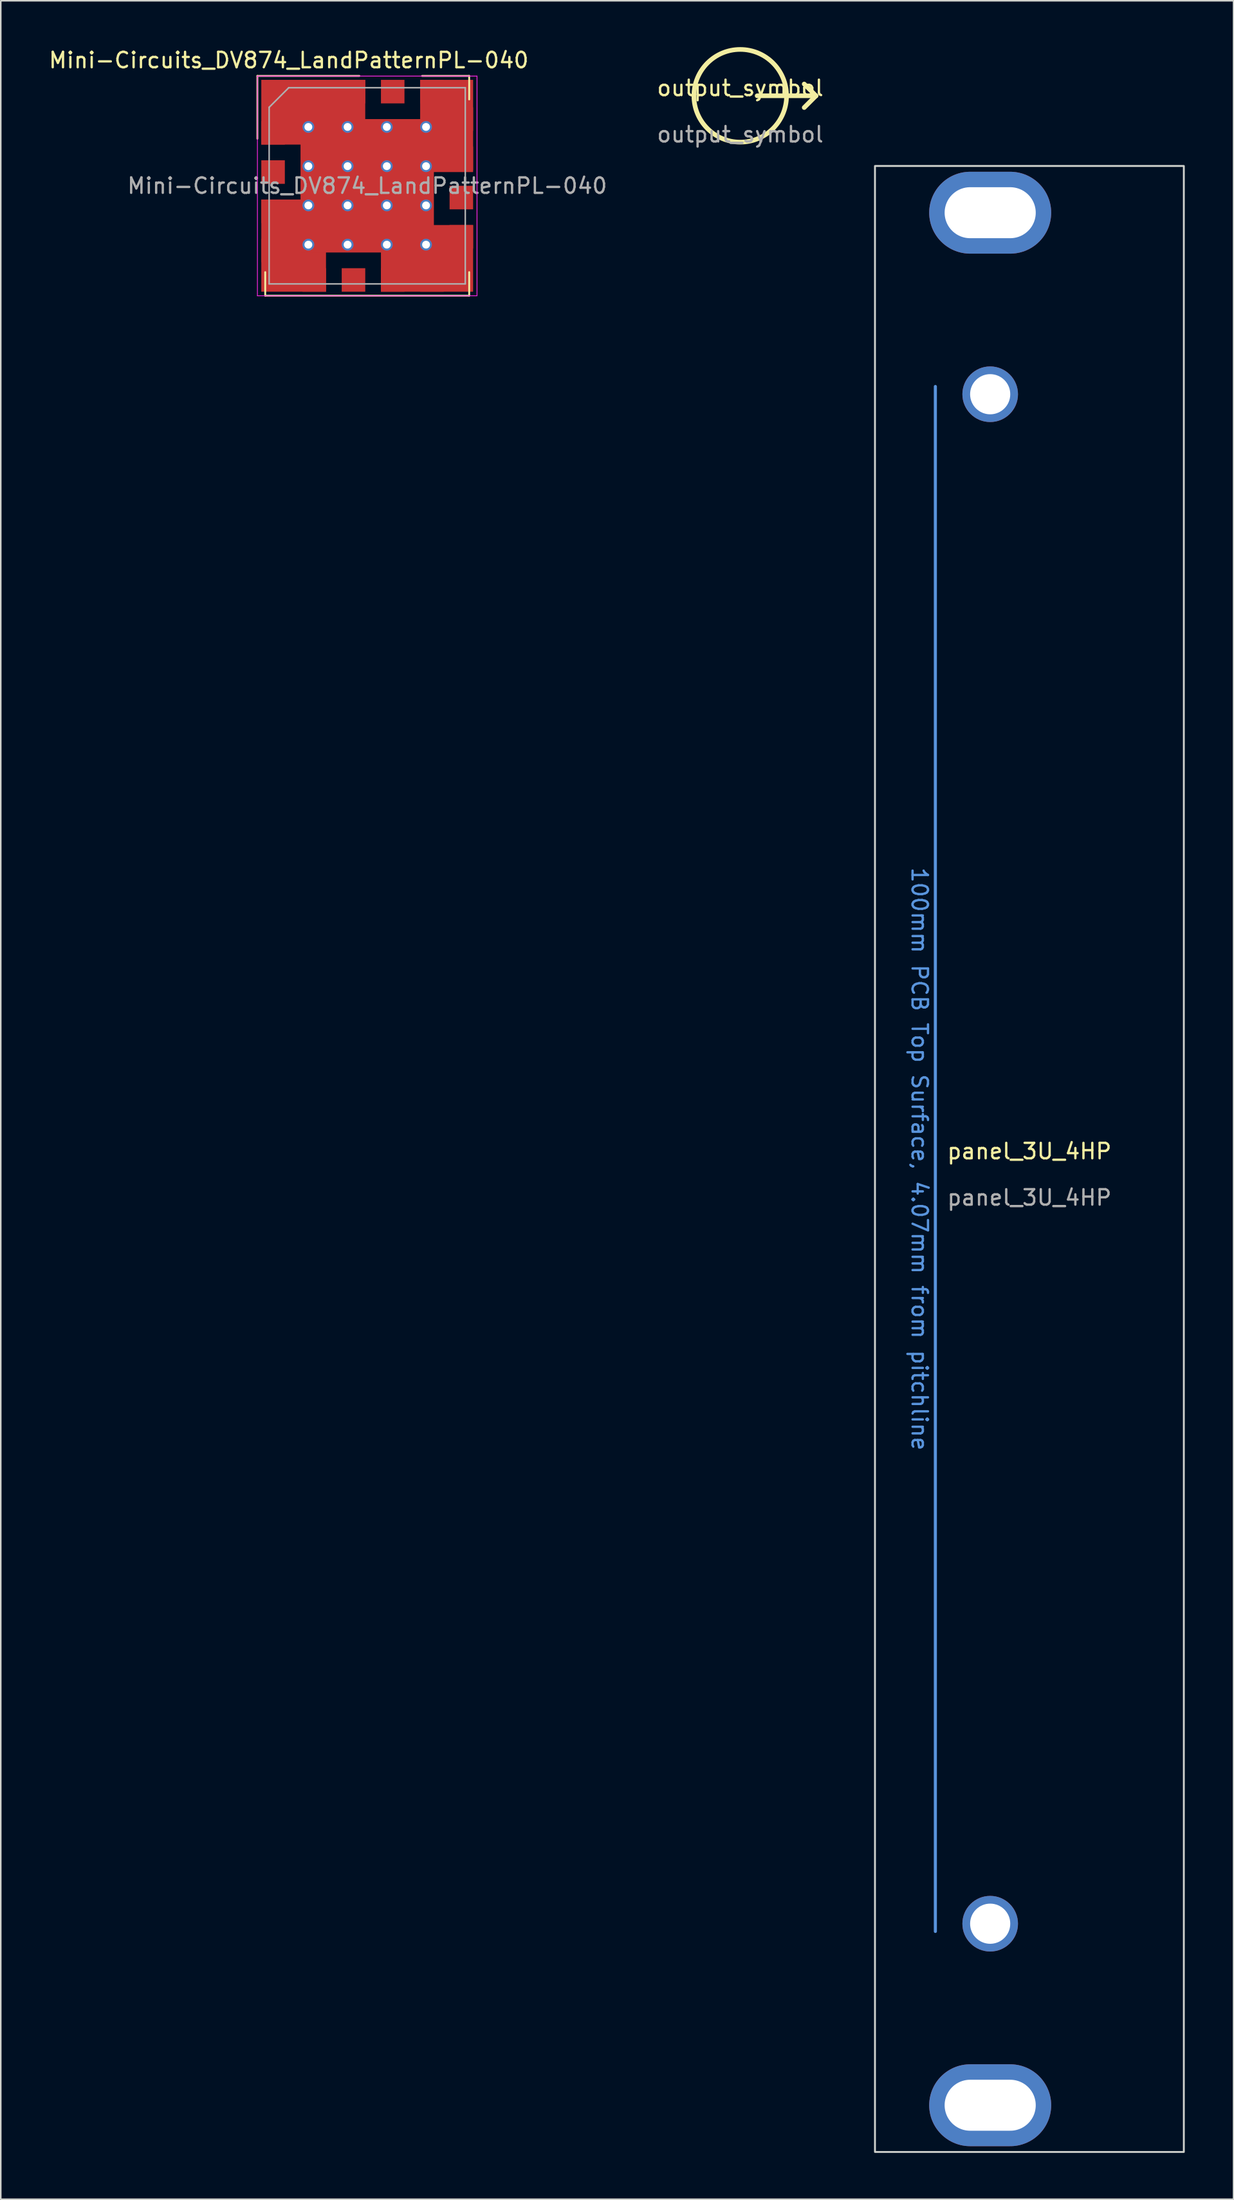
<source format=kicad_pcb>
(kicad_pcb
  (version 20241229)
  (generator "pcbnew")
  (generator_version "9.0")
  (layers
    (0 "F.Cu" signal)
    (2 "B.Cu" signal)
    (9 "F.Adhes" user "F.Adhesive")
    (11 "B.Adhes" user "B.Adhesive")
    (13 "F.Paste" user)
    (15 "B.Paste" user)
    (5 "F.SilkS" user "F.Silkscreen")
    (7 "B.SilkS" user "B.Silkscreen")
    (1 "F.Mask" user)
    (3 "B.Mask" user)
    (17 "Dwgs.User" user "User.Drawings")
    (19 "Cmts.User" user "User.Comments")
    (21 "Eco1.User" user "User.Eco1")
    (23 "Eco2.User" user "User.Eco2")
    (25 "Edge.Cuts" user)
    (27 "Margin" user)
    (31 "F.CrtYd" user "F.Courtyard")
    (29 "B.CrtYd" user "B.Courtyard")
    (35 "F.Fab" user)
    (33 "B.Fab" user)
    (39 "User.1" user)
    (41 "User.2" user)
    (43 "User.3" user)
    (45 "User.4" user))
  (footprint "output_symbol"
    (layer "F.Cu")
    (at 44.884 3.15)
    (property "Reference" "output_symbol" (at 0 -0.5 0) (unlocked yes) (layer "F.SilkS") (effects (font (size 1 1) (thickness 0.15))))
    (attr smd)
    (fp_line (start 1.095 0) (end 4.905 0) (stroke (width 0.3) (type solid)) (layer "F.SilkS"))
    (fp_line (start 4.905 0) (end 4.143 -0.762) (stroke (width 0.3) (type solid)) (layer "F.SilkS"))
    (fp_line (start 4.905 0) (end 4.143 0.762) (stroke (width 0.3) (type solid)) (layer "F.SilkS"))
    (fp_circle (center 0 0) (end 3 0) (stroke (width 0.3) (type solid)) (fill no) (layer "F.SilkS"))
    (fp_text user "${REFERENCE}" (at 0 2.5 0) (unlocked yes) (layer "F.Fab") (effects (font (size 1 1) (thickness 0.15)))))
  (footprint "panel_3U_4HP"
    (layer "F.Cu")
    (at 63.61 71.968)
    (property "Reference" "panel_3U_4HP" (at 0 -0.5 0) (unlocked yes) (layer "F.SilkS") (effects (font (size 1 1) (thickness 0.15))))
    (attr through_hole)
    (fp_line (start -6.09 -50) (end -6.09 50) (stroke (width 0.2) (type solid)) (layer "Cmts.User"))
    (fp_rect (start -10 -64.275) (end 10 64.275) (stroke (width 0.12) (type solid)) (fill no) (layer "Edge.Cuts"))
    (fp_line (start -10.16 -66.04) (end -10.16 -60.96) (stroke (width 0.12) (type solid)) (layer "User.2"))
    (fp_line (start -5.08 -66.04) (end -5.08 -60.96) (stroke (width 0.12) (type solid)) (layer "User.2"))
    (fp_line (start 0 -66.04) (end 0 -60.96) (stroke (width 0.12) (type solid)) (layer "User.2"))
    (fp_line (start 5.08 -66.04) (end 5.08 -60.96) (stroke (width 0.12) (type solid)) (layer "User.2"))
    (fp_line (start 10.16 -66.04) (end 10.16 -60.96) (stroke (width 0.12) (type solid)) (layer "User.2"))
    (fp_text user "100mm PCB Top Surface, 4.07mm from pitchline" (at -7.112 0 270) (unlocked yes) (layer "Cmts.User") (effects (font (size 1 1) (thickness 0.15))))
    (fp_text user "${REFERENCE}" (at 0 2.5 0) (unlocked yes) (layer "F.Fab") (effects (font (size 1 1) (thickness 0.15))))
    (fp_text user "5.08mm pitch lines" (at 0 -71.12 0) (unlocked yes) (layer "User.2") (effects (font (size 1 1) (thickness 0.15))))
    (pad "1" thru_hole oval (at -2.54 -61.25) (size 7.9 5.3) (drill oval 5.9 3.3) (layers "*.Cu" "*.Mask"))
    (pad "1" thru_hole circle (at -2.54 -49.5) (size 3.6 3.6) (drill 2.6) (layers "*.Cu" "*.Mask"))
    (pad "1" thru_hole circle (at -2.54 49.5) (size 3.6 3.6) (drill 2.6) (layers "*.Cu" "*.Mask"))
    (pad "1" thru_hole oval (at -2.54 61.25) (size 7.9 5.3) (drill oval 5.9 3.3) (layers "*.Cu" "*.Mask")))
  (footprint "Mini-Circuits_DV874_LandPatternPL-040"
    (layer "F.Cu")
    (at 20.729 8.976)
    (property "Reference" "Mini-Circuits_DV874_LandPatternPL-040" (at -5.08 -8.128 180) (layer "F.SilkS") (effects (font (size 1 1) (thickness 0.15))))
    (attr smd)
    (fp_line (start -7.112 -7.112) (end -0.508 -7.112) (stroke (width 0.12) (type solid)) (layer "F.SilkS"))
    (fp_line (start -7.112 -3.048) (end -7.112 -7.112) (stroke (width 0.12) (type solid)) (layer "F.SilkS"))
    (fp_line (start -6.604 5.588) (end -6.604 7.112) (stroke (width 0.12) (type solid)) (layer "F.SilkS"))
    (fp_line (start -6.604 7.112) (end 6.604 7.112) (stroke (width 0.12) (type solid)) (layer "F.SilkS"))
    (fp_line (start 3.556 -7.112) (end 6.604 -7.112) (stroke (width 0.12) (type solid)) (layer "F.SilkS"))
    (fp_line (start 6.604 -7.112) (end 6.604 -5.588) (stroke (width 0.12) (type solid)) (layer "F.SilkS"))
    (fp_line (start 6.604 7.112) (end 6.604 5.588) (stroke (width 0.12) (type solid)) (layer "F.SilkS"))
    (fp_line (start -7.11 -7.1) (end -7.11 7.12) (stroke (width 0.05) (type solid)) (layer "F.CrtYd"))
    (fp_line (start -7.11 -7.1) (end 7.11 -7.1) (stroke (width 0.05) (type solid)) (layer "F.CrtYd"))
    (fp_line (start 7.11 7.12) (end -7.11 7.12) (stroke (width 0.05) (type solid)) (layer "F.CrtYd"))
    (fp_line (start 7.11 7.12) (end 7.11 -7.1) (stroke (width 0.05) (type solid)) (layer "F.CrtYd"))
    (fp_line (start -6.35 -5.08) (end -6.35 6.35) (stroke (width 0.1) (type solid)) (layer "F.Fab"))
    (fp_line (start -6.35 -5.08) (end -5.08 -6.35) (stroke (width 0.1) (type solid)) (layer "F.Fab"))
    (fp_line (start -6.35 6.35) (end 6.35 6.35) (stroke (width 0.1) (type solid)) (layer "F.Fab"))
    (fp_line (start 6.35 -6.35) (end -5.08 -6.35) (stroke (width 0.1) (type solid)) (layer "F.Fab"))
    (fp_line (start 6.35 6.35) (end 6.35 -6.35) (stroke (width 0.1) (type solid)) (layer "F.Fab"))
    (fp_text user "${REFERENCE}" (at 0 0 0) (layer "F.Fab") (effects (font (size 1 1) (thickness 0.15))))
    (pad "1" smd rect (at -6.858 -6.858) (size 6.731 4.191) (drill (offset 3.365 2.095)) (layers "F.Cu"))
    (pad "1" smd rect (at -6.858 6.858 90) (size 5.969 4.191) (drill (offset 2.985 2.095)) (layers "F.Cu"))
    (pad "1" smd rect (at -6.096 -3.429 270) (size 1.524 1.524) (layers "F.Cu" "F.Mask" "F.Paste"))
    (pad "1" thru_hole circle (at -3.81 -3.81) (size 0.762 0.762) (drill 0.508) (layers "*.Cu" "*.Mask"))
    (pad "1" thru_hole circle (at -3.81 -1.27) (size 0.762 0.762) (drill 0.508) (layers "*.Cu" "*.Mask"))
    (pad "1" thru_hole circle (at -3.81 1.27) (size 0.762 0.762) (drill 0.508) (layers "*.Cu" "*.Mask"))
    (pad "1" thru_hole circle (at -3.81 3.81) (size 0.762 0.762) (drill 0.508) (layers "*.Cu" "*.Mask"))
    (pad "1" thru_hole circle (at -1.27 -3.81) (size 0.762 0.762) (drill 0.508) (layers "*.Cu" "*.Mask"))
    (pad "1" thru_hole circle (at -1.27 -1.27) (size 0.762 0.762) (drill 0.508) (layers "*.Cu" "*.Mask"))
    (pad "1" thru_hole circle (at -1.27 1.27) (size 0.762 0.762) (drill 0.508) (layers "*.Cu" "*.Mask"))
    (pad "1" thru_hole circle (at -1.27 3.81) (size 0.762 0.762) (drill 0.508) (layers "*.Cu" "*.Mask"))
    (pad "1" smd rect (at 0 0 180) (size 8.636 8.636) (layers "F.Cu"))
    (pad "1" thru_hole circle (at 1.27 -3.81) (size 0.762 0.762) (drill 0.508) (layers "*.Cu" "*.Mask"))
    (pad "1" thru_hole circle (at 1.27 -1.27) (size 0.762 0.762) (drill 0.508) (layers "*.Cu" "*.Mask"))
    (pad "1" thru_hole circle (at 1.27 1.27) (size 0.762 0.762) (drill 0.508) (layers "*.Cu" "*.Mask"))
    (pad "1" thru_hole circle (at 1.27 3.81) (size 0.762 0.762) (drill 0.508) (layers "*.Cu" "*.Mask"))
    (pad "1" thru_hole circle (at 3.81 -3.81) (size 0.762 0.762) (drill 0.508) (layers "*.Cu" "*.Mask"))
    (pad "1" thru_hole circle (at 3.81 -1.27) (size 0.762 0.762) (drill 0.508) (layers "*.Cu" "*.Mask"))
    (pad "1" thru_hole circle (at 3.81 1.27) (size 0.762 0.762) (drill 0.508) (layers "*.Cu" "*.Mask"))
    (pad "1" thru_hole circle (at 3.81 3.81) (size 0.762 0.762) (drill 0.508) (layers "*.Cu" "*.Mask"))
    (pad "1" smd rect (at 6.858 -6.858 270) (size 5.969 3.429) (drill (offset 2.985 1.714)) (layers "F.Cu"))
    (pad "1" smd rect (at 6.858 6.858 180) (size 5.969 4.318) (drill (offset 2.985 2.159)) (layers "F.Cu"))
    (pad "2" smd rect (at -6.096 -0.889 270) (size 1.524 1.524) (layers "F.Cu" "F.Mask" "F.Paste"))
    (pad "3" smd rect (at -6.096 1.651 270) (size 1.524 1.524) (layers "F.Cu" "F.Mask" "F.Paste"))
    (pad "4" smd rect (at -6.096 4.191 270) (size 1.524 1.524) (layers "F.Cu" "F.Mask" "F.Paste"))
    (pad "5" smd rect (at -3.429 6.096 270) (size 1.524 1.524) (layers "F.Cu" "F.Mask" "F.Paste"))
    (pad "6" smd rect (at -0.889 6.096 270) (size 1.524 1.524) (layers "F.Cu" "F.Mask" "F.Paste"))
    (pad "7" smd rect (at 1.651 6.096 270) (size 1.524 1.524) (layers "F.Cu" "F.Mask" "F.Paste"))
    (pad "8" smd rect (at 4.191 6.096 270) (size 1.524 1.524) (layers "F.Cu" "F.Mask" "F.Paste"))
    (pad "9" smd rect (at 6.096 3.302 270) (size 1.524 1.524) (layers "F.Cu" "F.Mask" "F.Paste"))
    (pad "10" smd rect (at 6.096 0.762 270) (size 1.524 1.524) (layers "F.Cu" "F.Mask" "F.Paste"))
    (pad "11" smd rect (at 6.096 -1.778 270) (size 1.524 1.524) (layers "F.Cu" "F.Mask" "F.Paste"))
    (pad "12" smd rect (at 6.096 -4.318 270) (size 1.524 1.524) (layers "F.Cu" "F.Mask" "F.Paste"))
    (pad "13" smd rect (at 4.191 -6.096 270) (size 1.524 1.524) (layers "F.Cu" "F.Mask" "F.Paste"))
    (pad "14" smd rect (at 1.651 -6.096 270) (size 1.524 1.524) (layers "F.Cu" "F.Mask" "F.Paste"))
    (pad "15" smd rect (at -0.889 -6.096 270) (size 1.524 1.524) (layers "F.Cu" "F.Mask" "F.Paste"))
    (pad "16" smd rect (at -3.429 -6.096 270) (size 1.524 1.524) (layers "F.Cu" "F.Mask" "F.Paste")))
  (gr_rect
    (start -3 -3)
    (end 76.83 139.303)
    (stroke (width 0.1) (type default))
    (fill no)
    (layer "Edge.Cuts")))
</source>
